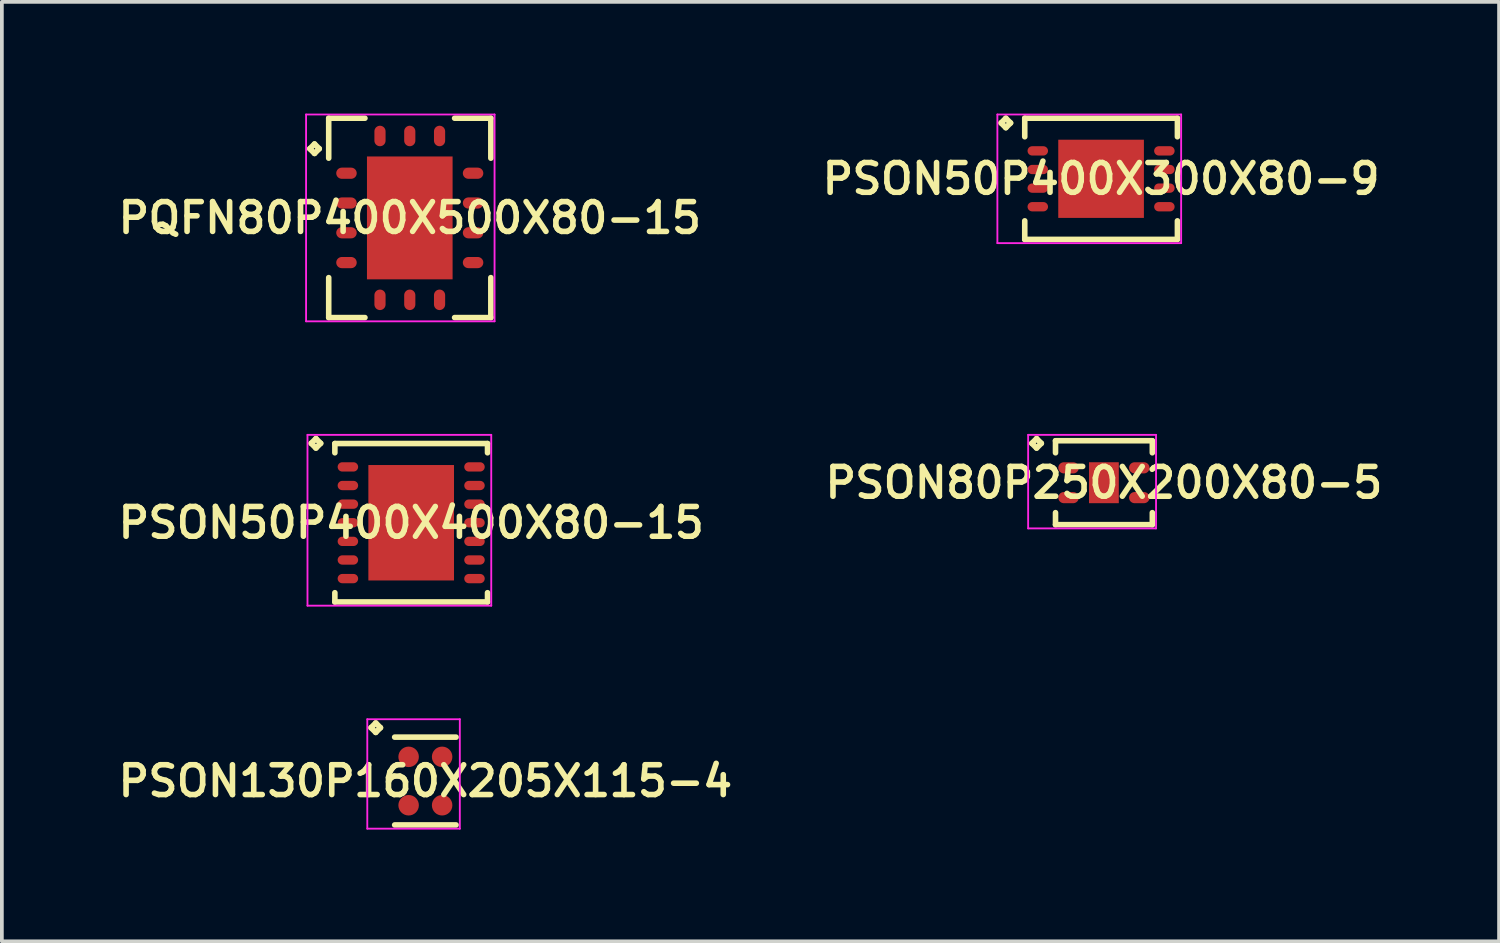
<source format=kicad_pcb>
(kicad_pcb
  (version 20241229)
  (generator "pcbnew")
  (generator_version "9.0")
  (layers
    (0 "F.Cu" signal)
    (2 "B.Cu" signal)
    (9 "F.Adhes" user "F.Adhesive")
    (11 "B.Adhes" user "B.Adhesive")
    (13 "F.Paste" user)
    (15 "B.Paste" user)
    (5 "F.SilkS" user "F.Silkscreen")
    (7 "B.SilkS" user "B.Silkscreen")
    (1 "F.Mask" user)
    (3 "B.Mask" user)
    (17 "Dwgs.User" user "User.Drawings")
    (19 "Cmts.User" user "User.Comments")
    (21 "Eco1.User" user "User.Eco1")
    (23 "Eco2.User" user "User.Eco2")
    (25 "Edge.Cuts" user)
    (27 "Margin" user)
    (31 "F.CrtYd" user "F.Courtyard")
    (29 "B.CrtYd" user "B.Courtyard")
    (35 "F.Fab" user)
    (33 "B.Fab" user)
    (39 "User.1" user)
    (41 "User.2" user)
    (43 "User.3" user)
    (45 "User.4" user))
  (footprint "PSON130P160X205X115-4"
    (layer "F.Cu")
    (at 8.374 17.926)
    (property "Reference" "PSON130P160X205X115-4" (at 0 0 0) (layer "F.SilkS") (effects (font (size 0.8 0.8) (thickness 0.15))))
    (attr smd)
    (fp_line (start -1.46 -1.433) (end -1.333 -1.56) (stroke (width 0.15) (type solid)) (layer "F.SilkS"))
    (fp_line (start -1.333 -1.56) (end -1.206 -1.433) (stroke (width 0.15) (type solid)) (layer "F.SilkS"))
    (fp_line (start -1.333 -1.306) (end -1.46 -1.433) (stroke (width 0.15) (type solid)) (layer "F.SilkS"))
    (fp_line (start -1.206 -1.433) (end -1.333 -1.306) (stroke (width 0.15) (type solid)) (layer "F.SilkS"))
    (fp_line (start -0.825 -1.179) (end 0.825 -1.179) (stroke (width 0.15) (type solid)) (layer "F.SilkS"))
    (fp_line (start -0.825 1.179) (end 0.825 1.179) (stroke (width 0.15) (type solid)) (layer "F.SilkS"))
    (fp_line (start -1.56 -1.66) (end 0.925 -1.66) (stroke (width 0.05) (type solid)) (layer "F.CrtYd"))
    (fp_line (start -1.56 1.279) (end -1.56 -1.66) (stroke (width 0.05) (type solid)) (layer "F.CrtYd"))
    (fp_line (start 0.925 -1.66) (end 0.925 1.279) (stroke (width 0.05) (type solid)) (layer "F.CrtYd"))
    (fp_line (start 0.925 1.279) (end -1.56 1.279) (stroke (width 0.05) (type solid)) (layer "F.CrtYd"))
    (pad "1" smd oval (at -0.45 -0.65) (size 0.55 0.55) (layers "F.Cu" "F.Mask" "F.Paste"))
    (pad "2" smd oval (at -0.45 0.65) (size 0.55 0.55) (layers "F.Cu" "F.Mask" "F.Paste"))
    (pad "3" smd oval (at 0.45 0.65) (size 0.55 0.55) (layers "F.Cu" "F.Mask" "F.Paste"))
    (pad "4" smd oval (at 0.45 -0.65) (size 0.55 0.55) (layers "F.Cu" "F.Mask" "F.Paste")))
  (footprint "PSON50P400X400X80-15"
    (layer "F.Cu")
    (at 7.993 10.989)
    (property "Reference" "PSON50P400X400X80-15" (at 0 0 0) (layer "F.SilkS") (effects (font (size 0.8 0.8) (thickness 0.15))))
    (attr smd)
    (fp_line (start -2.685 -2.133) (end -2.558 -2.26) (stroke (width 0.15) (type solid)) (layer "F.SilkS"))
    (fp_line (start -2.558 -2.26) (end -2.431 -2.133) (stroke (width 0.15) (type solid)) (layer "F.SilkS"))
    (fp_line (start -2.558 -2.006) (end -2.685 -2.133) (stroke (width 0.15) (type solid)) (layer "F.SilkS"))
    (fp_line (start -2.431 -2.133) (end -2.558 -2.006) (stroke (width 0.15) (type solid)) (layer "F.SilkS"))
    (fp_line (start -2.05 -2.127) (end 2.05 -2.127) (stroke (width 0.15) (type solid)) (layer "F.SilkS"))
    (fp_line (start -2.05 -1.879) (end -2.05 -2.127) (stroke (width 0.15) (type solid)) (layer "F.SilkS"))
    (fp_line (start -2.05 1.879) (end -2.05 2.127) (stroke (width 0.15) (type solid)) (layer "F.SilkS"))
    (fp_line (start -2.05 2.127) (end 2.05 2.127) (stroke (width 0.15) (type solid)) (layer "F.SilkS"))
    (fp_line (start 2.05 -2.127) (end 2.05 -1.879) (stroke (width 0.15) (type solid)) (layer "F.SilkS"))
    (fp_line (start 2.05 2.127) (end 2.05 1.879) (stroke (width 0.15) (type solid)) (layer "F.SilkS"))
    (fp_line (start -2.785 -2.36) (end 2.15 -2.36) (stroke (width 0.05) (type solid)) (layer "F.CrtYd"))
    (fp_line (start -2.785 2.227) (end -2.785 -2.36) (stroke (width 0.05) (type solid)) (layer "F.CrtYd"))
    (fp_line (start 2.15 -2.36) (end 2.15 2.227) (stroke (width 0.05) (type solid)) (layer "F.CrtYd"))
    (fp_line (start 2.15 2.227) (end -2.785 2.227) (stroke (width 0.05) (type solid)) (layer "F.CrtYd"))
    (pad "1" smd oval (at -1.7 -1.5) (size 0.55 0.25) (layers "F.Cu" "F.Mask" "F.Paste"))
    (pad "2" smd oval (at -1.7 -1) (size 0.55 0.25) (layers "F.Cu" "F.Mask" "F.Paste"))
    (pad "3" smd oval (at -1.7 -0.5) (size 0.55 0.25) (layers "F.Cu" "F.Mask" "F.Paste"))
    (pad "4" smd oval (at -1.7 0) (size 0.55 0.25) (layers "F.Cu" "F.Mask" "F.Paste"))
    (pad "5" smd oval (at -1.7 0.5) (size 0.55 0.25) (layers "F.Cu" "F.Mask" "F.Paste"))
    (pad "6" smd oval (at -1.7 1) (size 0.55 0.25) (layers "F.Cu" "F.Mask" "F.Paste"))
    (pad "7" smd oval (at -1.7 1.5) (size 0.55 0.25) (layers "F.Cu" "F.Mask" "F.Paste"))
    (pad "8" smd oval (at 1.7 1.5) (size 0.55 0.25) (layers "F.Cu" "F.Mask" "F.Paste"))
    (pad "9" smd oval (at 1.7 1) (size 0.55 0.25) (layers "F.Cu" "F.Mask" "F.Paste"))
    (pad "10" smd oval (at 1.7 0.5) (size 0.55 0.25) (layers "F.Cu" "F.Mask" "F.Paste"))
    (pad "11" smd oval (at 1.7 0) (size 0.55 0.25) (layers "F.Cu" "F.Mask" "F.Paste"))
    (pad "12" smd oval (at 1.7 -0.5) (size 0.55 0.25) (layers "F.Cu" "F.Mask" "F.Paste"))
    (pad "13" smd oval (at 1.7 -1) (size 0.55 0.25) (layers "F.Cu" "F.Mask" "F.Paste"))
    (pad "14" smd oval (at 1.7 -1.5) (size 0.55 0.25) (layers "F.Cu" "F.Mask" "F.Paste"))
    (pad "15" smd rect (at 0 0) (size 2.3 3.1) (layers "F.Cu" "F.Mask" "F.Paste")))
  (footprint "PSON50P400X300X80-9"
    (layer "F.Cu")
    (at 26.521 1.752)
    (property "Reference" "PSON50P400X300X80-9" (at 0 0 0) (layer "F.SilkS") (effects (font (size 0.8 0.8) (thickness 0.15))))
    (attr smd)
    (fp_line (start -2.685 -1.5) (end -2.558 -1.627) (stroke (width 0.15) (type solid)) (layer "F.SilkS"))
    (fp_line (start -2.558 -1.627) (end -2.431 -1.5) (stroke (width 0.15) (type solid)) (layer "F.SilkS"))
    (fp_line (start -2.558 -1.373) (end -2.685 -1.5) (stroke (width 0.15) (type solid)) (layer "F.SilkS"))
    (fp_line (start -2.431 -1.5) (end -2.558 -1.373) (stroke (width 0.15) (type solid)) (layer "F.SilkS"))
    (fp_line (start -2.05 -1.627) (end 2.05 -1.627) (stroke (width 0.15) (type solid)) (layer "F.SilkS"))
    (fp_line (start -2.05 -1.129) (end -2.05 -1.627) (stroke (width 0.15) (type solid)) (layer "F.SilkS"))
    (fp_line (start -2.05 1.129) (end -2.05 1.627) (stroke (width 0.15) (type solid)) (layer "F.SilkS"))
    (fp_line (start -2.05 1.627) (end 2.05 1.627) (stroke (width 0.15) (type solid)) (layer "F.SilkS"))
    (fp_line (start 2.05 -1.627) (end 2.05 -1.129) (stroke (width 0.15) (type solid)) (layer "F.SilkS"))
    (fp_line (start 2.05 1.627) (end 2.05 1.129) (stroke (width 0.15) (type solid)) (layer "F.SilkS"))
    (fp_line (start -2.785 -1.727) (end 2.15 -1.727) (stroke (width 0.05) (type solid)) (layer "F.CrtYd"))
    (fp_line (start -2.785 1.727) (end -2.785 -1.727) (stroke (width 0.05) (type solid)) (layer "F.CrtYd"))
    (fp_line (start 2.15 -1.727) (end 2.15 1.727) (stroke (width 0.05) (type solid)) (layer "F.CrtYd"))
    (fp_line (start 2.15 1.727) (end -2.785 1.727) (stroke (width 0.05) (type solid)) (layer "F.CrtYd"))
    (pad "1" smd oval (at -1.7 -0.75) (size 0.55 0.25) (layers "F.Cu" "F.Mask" "F.Paste"))
    (pad "2" smd oval (at -1.7 -0.25) (size 0.55 0.25) (layers "F.Cu" "F.Mask" "F.Paste"))
    (pad "3" smd oval (at -1.7 0.25) (size 0.55 0.25) (layers "F.Cu" "F.Mask" "F.Paste"))
    (pad "4" smd oval (at -1.7 0.75) (size 0.55 0.25) (layers "F.Cu" "F.Mask" "F.Paste"))
    (pad "5" smd oval (at 1.7 0.75) (size 0.55 0.25) (layers "F.Cu" "F.Mask" "F.Paste"))
    (pad "6" smd oval (at 1.7 0.25) (size 0.55 0.25) (layers "F.Cu" "F.Mask" "F.Paste"))
    (pad "7" smd oval (at 1.7 -0.25) (size 0.55 0.25) (layers "F.Cu" "F.Mask" "F.Paste"))
    (pad "8" smd oval (at 1.7 -0.75) (size 0.55 0.25) (layers "F.Cu" "F.Mask" "F.Paste"))
    (pad "9" smd rect (at 0 0) (size 2.3 2.1) (layers "F.Cu" "F.Mask" "F.Paste")))
  (footprint "PQFN80P400X500X80-15"
    (layer "F.Cu")
    (at 7.955 2.802)
    (property "Reference" "PQFN80P400X500X80-15" (at 0 0 0) (layer "F.SilkS") (effects (font (size 0.8 0.8) (thickness 0.15))))
    (attr smd)
    (fp_line (start -2.685 -1.858) (end -2.558 -1.985) (stroke (width 0.15) (type solid)) (layer "F.SilkS"))
    (fp_line (start -2.558 -1.985) (end -2.431 -1.858) (stroke (width 0.15) (type solid)) (layer "F.SilkS"))
    (fp_line (start -2.558 -1.731) (end -2.685 -1.858) (stroke (width 0.15) (type solid)) (layer "F.SilkS"))
    (fp_line (start -2.431 -1.858) (end -2.558 -1.731) (stroke (width 0.15) (type solid)) (layer "F.SilkS"))
    (fp_line (start -2.177 -2.677) (end -1.204 -2.677) (stroke (width 0.15) (type solid)) (layer "F.SilkS"))
    (fp_line (start -2.177 -1.604) (end -2.177 -2.677) (stroke (width 0.15) (type solid)) (layer "F.SilkS"))
    (fp_line (start -2.177 1.604) (end -2.177 2.677) (stroke (width 0.15) (type solid)) (layer "F.SilkS"))
    (fp_line (start -2.177 2.677) (end -1.204 2.677) (stroke (width 0.15) (type solid)) (layer "F.SilkS"))
    (fp_line (start 1.204 -2.677) (end 2.177 -2.677) (stroke (width 0.15) (type solid)) (layer "F.SilkS"))
    (fp_line (start 1.204 2.677) (end 2.177 2.677) (stroke (width 0.15) (type solid)) (layer "F.SilkS"))
    (fp_line (start 2.177 -2.677) (end 2.177 -1.604) (stroke (width 0.15) (type solid)) (layer "F.SilkS"))
    (fp_line (start 2.177 2.677) (end 2.177 1.604) (stroke (width 0.15) (type solid)) (layer "F.SilkS"))
    (fp_line (start -2.785 -2.777) (end 2.277 -2.777) (stroke (width 0.05) (type solid)) (layer "F.CrtYd"))
    (fp_line (start -2.785 2.777) (end -2.785 -2.777) (stroke (width 0.05) (type solid)) (layer "F.CrtYd"))
    (fp_line (start 2.277 -2.777) (end 2.277 2.777) (stroke (width 0.05) (type solid)) (layer "F.CrtYd"))
    (fp_line (start 2.277 2.777) (end -2.785 2.777) (stroke (width 0.05) (type solid)) (layer "F.CrtYd"))
    (pad "1" smd oval (at -1.7 -1.2) (size 0.55 0.3) (layers "F.Cu" "F.Mask" "F.Paste"))
    (pad "2" smd oval (at -1.7 -0.4) (size 0.55 0.3) (layers "F.Cu" "F.Mask" "F.Paste"))
    (pad "3" smd oval (at -1.7 0.4) (size 0.55 0.3) (layers "F.Cu" "F.Mask" "F.Paste"))
    (pad "4" smd oval (at -1.7 1.2) (size 0.55 0.3) (layers "F.Cu" "F.Mask" "F.Paste"))
    (pad "5" smd oval (at -0.8 2.2) (size 0.3 0.55) (layers "F.Cu" "F.Mask" "F.Paste"))
    (pad "6" smd oval (at 0 2.2) (size 0.3 0.55) (layers "F.Cu" "F.Mask" "F.Paste"))
    (pad "7" smd oval (at 0.8 2.2) (size 0.3 0.55) (layers "F.Cu" "F.Mask" "F.Paste"))
    (pad "8" smd oval (at 1.7 1.2) (size 0.55 0.3) (layers "F.Cu" "F.Mask" "F.Paste"))
    (pad "9" smd oval (at 1.7 0.4) (size 0.55 0.3) (layers "F.Cu" "F.Mask" "F.Paste"))
    (pad "10" smd oval (at 1.7 -0.4) (size 0.55 0.3) (layers "F.Cu" "F.Mask" "F.Paste"))
    (pad "11" smd oval (at 1.7 -1.2) (size 0.55 0.3) (layers "F.Cu" "F.Mask" "F.Paste"))
    (pad "12" smd oval (at 0.8 -2.2) (size 0.3 0.55) (layers "F.Cu" "F.Mask" "F.Paste"))
    (pad "13" smd oval (at 0 -2.2) (size 0.3 0.55) (layers "F.Cu" "F.Mask" "F.Paste"))
    (pad "14" smd oval (at -0.8 -2.2) (size 0.3 0.55) (layers "F.Cu" "F.Mask" "F.Paste"))
    (pad "15" smd rect (at 0 0) (size 2.3 3.3) (layers "F.Cu" "F.Mask" "F.Paste")))
  (footprint "PSON80P250X200X80-5"
    (layer "F.Cu")
    (at 26.597 9.914)
    (property "Reference" "PSON80P250X200X80-5" (at 0 0 0) (layer "F.SilkS") (effects (font (size 0.8 0.8) (thickness 0.15))))
    (attr smd)
    (fp_line (start -1.935 -1.058) (end -1.808 -1.185) (stroke (width 0.15) (type solid)) (layer "F.SilkS"))
    (fp_line (start -1.808 -1.185) (end -1.681 -1.058) (stroke (width 0.15) (type solid)) (layer "F.SilkS"))
    (fp_line (start -1.808 -0.931) (end -1.935 -1.058) (stroke (width 0.15) (type solid)) (layer "F.SilkS"))
    (fp_line (start -1.681 -1.058) (end -1.808 -0.931) (stroke (width 0.15) (type solid)) (layer "F.SilkS"))
    (fp_line (start -1.3 -1.127) (end 1.3 -1.127) (stroke (width 0.15) (type solid)) (layer "F.SilkS"))
    (fp_line (start -1.3 -0.804) (end -1.3 -1.127) (stroke (width 0.15) (type solid)) (layer "F.SilkS"))
    (fp_line (start -1.3 0.804) (end -1.3 1.127) (stroke (width 0.15) (type solid)) (layer "F.SilkS"))
    (fp_line (start -1.3 1.127) (end 1.3 1.127) (stroke (width 0.15) (type solid)) (layer "F.SilkS"))
    (fp_line (start 1.3 -1.127) (end 1.3 -0.804) (stroke (width 0.15) (type solid)) (layer "F.SilkS"))
    (fp_line (start 1.3 1.127) (end 1.3 0.804) (stroke (width 0.15) (type solid)) (layer "F.SilkS"))
    (fp_line (start -2.035 -1.285) (end 1.4 -1.285) (stroke (width 0.05) (type solid)) (layer "F.CrtYd"))
    (fp_line (start -2.035 1.227) (end -2.035 -1.285) (stroke (width 0.05) (type solid)) (layer "F.CrtYd"))
    (fp_line (start 1.4 -1.285) (end 1.4 1.227) (stroke (width 0.05) (type solid)) (layer "F.CrtYd"))
    (fp_line (start 1.4 1.227) (end -2.035 1.227) (stroke (width 0.05) (type solid)) (layer "F.CrtYd"))
    (pad "1" smd oval (at -0.95 -0.4) (size 0.55 0.3) (layers "F.Cu" "F.Mask" "F.Paste"))
    (pad "2" smd oval (at -0.95 0.4) (size 0.55 0.3) (layers "F.Cu" "F.Mask" "F.Paste"))
    (pad "3" smd oval (at 0.95 0.4) (size 0.55 0.3) (layers "F.Cu" "F.Mask" "F.Paste"))
    (pad "4" smd oval (at 0.95 -0.4) (size 0.55 0.3) (layers "F.Cu" "F.Mask" "F.Paste"))
    (pad "5" smd rect (at 0 0) (size 0.8 1.1) (layers "F.Cu" "F.Mask" "F.Paste")))
  (gr_rect
    (start -3 -3)
    (end 37.209 22.23)
    (stroke (width 0.1) (type default))
    (fill no)
    (layer "Edge.Cuts")))
</source>
